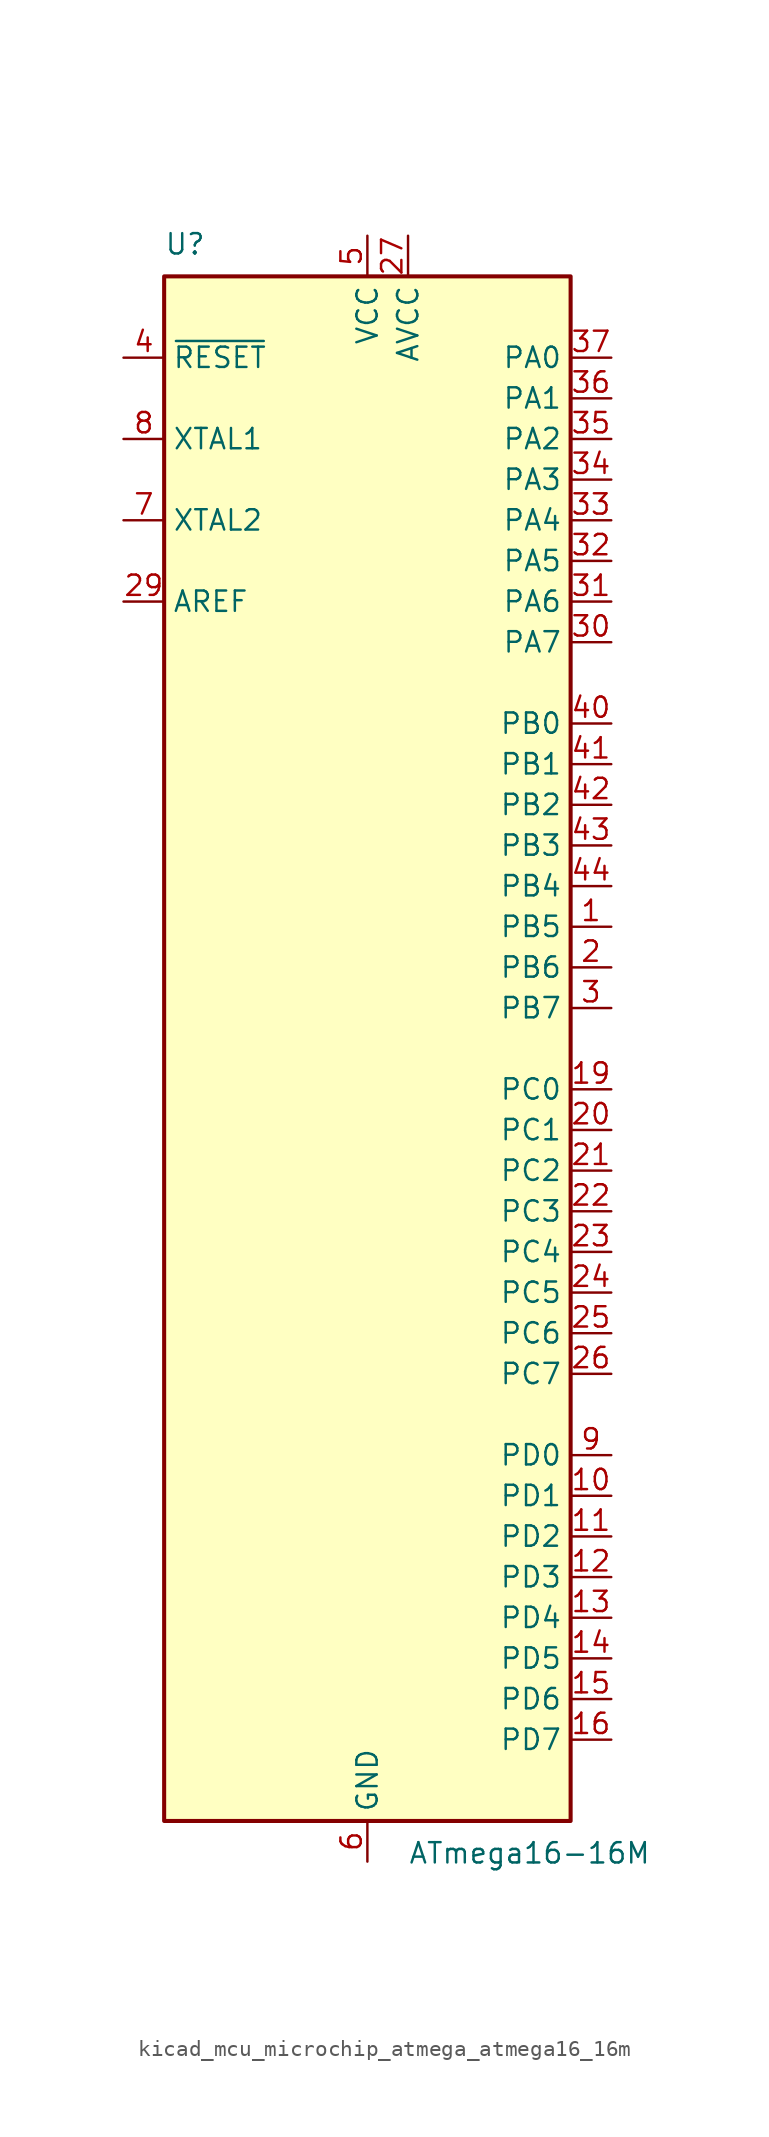
<source format=kicad_sym>
(kicad_symbol_lib
  (version 20220914)
  (generator kicad_symbol_editor)
  (symbol "kicad_mcu_microchip_atmega_atmega16_16m"
    (property "Reference" "U"
      (at -12.7 49.53 0)
      (effects (font (size 1.27 1.27)) (justify left bottom)))
    (property "Value" "ATmega16-16M"
      (at 2.54 -49.53 0)
      (effects (font (size 1.27 1.27)) (justify left top)))
    (symbol "kicad_mcu_microchip_atmega_atmega16_16m_0_1"
      (rectangle (start -12.7 -48.26) (end 12.7 48.26) (stroke (width 0.254) (type default)) (fill (type background))))
    (symbol "kicad_mcu_microchip_atmega_atmega16_16m_1_1"
      (pin bidirectional line (at 15.24 7.62 180) (length 2.54) (name "PB5" (effects (font (size 1.27 1.27)))) (number "1" (effects (font (size 1.27 1.27)))))
      (pin bidirectional line (at 15.24 -27.94 180) (length 2.54) (name "PD1" (effects (font (size 1.27 1.27)))) (number "10" (effects (font (size 1.27 1.27)))))
      (pin bidirectional line (at 15.24 -30.48 180) (length 2.54) (name "PD2" (effects (font (size 1.27 1.27)))) (number "11" (effects (font (size 1.27 1.27)))))
      (pin bidirectional line (at 15.24 -33.02 180) (length 2.54) (name "PD3" (effects (font (size 1.27 1.27)))) (number "12" (effects (font (size 1.27 1.27)))))
      (pin bidirectional line (at 15.24 -35.56 180) (length 2.54) (name "PD4" (effects (font (size 1.27 1.27)))) (number "13" (effects (font (size 1.27 1.27)))))
      (pin bidirectional line (at 15.24 -38.1 180) (length 2.54) (name "PD5" (effects (font (size 1.27 1.27)))) (number "14" (effects (font (size 1.27 1.27)))))
      (pin bidirectional line (at 15.24 -40.64 180) (length 2.54) (name "PD6" (effects (font (size 1.27 1.27)))) (number "15" (effects (font (size 1.27 1.27)))))
      (pin bidirectional line (at 15.24 -43.18 180) (length 2.54) (name "PD7" (effects (font (size 1.27 1.27)))) (number "16" (effects (font (size 1.27 1.27)))))
      (pin passive line (at 0 50.8 270) (length 2.54) hide (name "VCC" (effects (font (size 1.27 1.27)))) (number "17" (effects (font (size 1.27 1.27)))))
      (pin passive line (at 0 -50.8 90) (length 2.54) hide (name "GND" (effects (font (size 1.27 1.27)))) (number "18" (effects (font (size 1.27 1.27)))))
      (pin bidirectional line (at 15.24 -2.54 180) (length 2.54) (name "PC0" (effects (font (size 1.27 1.27)))) (number "19" (effects (font (size 1.27 1.27)))))
      (pin bidirectional line (at 15.24 5.08 180) (length 2.54) (name "PB6" (effects (font (size 1.27 1.27)))) (number "2" (effects (font (size 1.27 1.27)))))
      (pin bidirectional line (at 15.24 -5.08 180) (length 2.54) (name "PC1" (effects (font (size 1.27 1.27)))) (number "20" (effects (font (size 1.27 1.27)))))
      (pin bidirectional line (at 15.24 -7.62 180) (length 2.54) (name "PC2" (effects (font (size 1.27 1.27)))) (number "21" (effects (font (size 1.27 1.27)))))
      (pin bidirectional line (at 15.24 -10.16 180) (length 2.54) (name "PC3" (effects (font (size 1.27 1.27)))) (number "22" (effects (font (size 1.27 1.27)))))
      (pin bidirectional line (at 15.24 -12.7 180) (length 2.54) (name "PC4" (effects (font (size 1.27 1.27)))) (number "23" (effects (font (size 1.27 1.27)))))
      (pin bidirectional line (at 15.24 -15.24 180) (length 2.54) (name "PC5" (effects (font (size 1.27 1.27)))) (number "24" (effects (font (size 1.27 1.27)))))
      (pin bidirectional line (at 15.24 -17.78 180) (length 2.54) (name "PC6" (effects (font (size 1.27 1.27)))) (number "25" (effects (font (size 1.27 1.27)))))
      (pin bidirectional line (at 15.24 -20.32 180) (length 2.54) (name "PC7" (effects (font (size 1.27 1.27)))) (number "26" (effects (font (size 1.27 1.27)))))
      (pin power_in line (at 2.54 50.8 270) (length 2.54) (name "AVCC" (effects (font (size 1.27 1.27)))) (number "27" (effects (font (size 1.27 1.27)))))
      (pin passive line (at 0 -50.8 90) (length 2.54) hide (name "GND" (effects (font (size 1.27 1.27)))) (number "28" (effects (font (size 1.27 1.27)))))
      (pin passive line (at -15.24 27.94 0) (length 2.54) (name "AREF" (effects (font (size 1.27 1.27)))) (number "29" (effects (font (size 1.27 1.27)))))
      (pin bidirectional line (at 15.24 2.54 180) (length 2.54) (name "PB7" (effects (font (size 1.27 1.27)))) (number "3" (effects (font (size 1.27 1.27)))))
      (pin bidirectional line (at 15.24 25.4 180) (length 2.54) (name "PA7" (effects (font (size 1.27 1.27)))) (number "30" (effects (font (size 1.27 1.27)))))
      (pin bidirectional line (at 15.24 27.94 180) (length 2.54) (name "PA6" (effects (font (size 1.27 1.27)))) (number "31" (effects (font (size 1.27 1.27)))))
      (pin bidirectional line (at 15.24 30.48 180) (length 2.54) (name "PA5" (effects (font (size 1.27 1.27)))) (number "32" (effects (font (size 1.27 1.27)))))
      (pin bidirectional line (at 15.24 33.02 180) (length 2.54) (name "PA4" (effects (font (size 1.27 1.27)))) (number "33" (effects (font (size 1.27 1.27)))))
      (pin bidirectional line (at 15.24 35.56 180) (length 2.54) (name "PA3" (effects (font (size 1.27 1.27)))) (number "34" (effects (font (size 1.27 1.27)))))
      (pin bidirectional line (at 15.24 38.1 180) (length 2.54) (name "PA2" (effects (font (size 1.27 1.27)))) (number "35" (effects (font (size 1.27 1.27)))))
      (pin bidirectional line (at 15.24 40.64 180) (length 2.54) (name "PA1" (effects (font (size 1.27 1.27)))) (number "36" (effects (font (size 1.27 1.27)))))
      (pin bidirectional line (at 15.24 43.18 180) (length 2.54) (name "PA0" (effects (font (size 1.27 1.27)))) (number "37" (effects (font (size 1.27 1.27)))))
      (pin passive line (at 0 50.8 270) (length 2.54) hide (name "VCC" (effects (font (size 1.27 1.27)))) (number "38" (effects (font (size 1.27 1.27)))))
      (pin passive line (at 0 -50.8 90) (length 2.54) hide (name "GND" (effects (font (size 1.27 1.27)))) (number "39" (effects (font (size 1.27 1.27)))))
      (pin input line (at -15.24 43.18 0) (length 2.54) (name "~{RESET}" (effects (font (size 1.27 1.27)))) (number "4" (effects (font (size 1.27 1.27)))))
      (pin bidirectional line (at 15.24 20.32 180) (length 2.54) (name "PB0" (effects (font (size 1.27 1.27)))) (number "40" (effects (font (size 1.27 1.27)))))
      (pin bidirectional line (at 15.24 17.78 180) (length 2.54) (name "PB1" (effects (font (size 1.27 1.27)))) (number "41" (effects (font (size 1.27 1.27)))))
      (pin bidirectional line (at 15.24 15.24 180) (length 2.54) (name "PB2" (effects (font (size 1.27 1.27)))) (number "42" (effects (font (size 1.27 1.27)))))
      (pin bidirectional line (at 15.24 12.7 180) (length 2.54) (name "PB3" (effects (font (size 1.27 1.27)))) (number "43" (effects (font (size 1.27 1.27)))))
      (pin bidirectional line (at 15.24 10.16 180) (length 2.54) (name "PB4" (effects (font (size 1.27 1.27)))) (number "44" (effects (font (size 1.27 1.27)))))
      (pin passive line (at 0 -50.8 90) (length 2.54) hide (name "GND" (effects (font (size 1.27 1.27)))) (number "45" (effects (font (size 1.27 1.27)))))
      (pin power_in line (at 0 50.8 270) (length 2.54) (name "VCC" (effects (font (size 1.27 1.27)))) (number "5" (effects (font (size 1.27 1.27)))))
      (pin power_in line (at 0 -50.8 90) (length 2.54) (name "GND" (effects (font (size 1.27 1.27)))) (number "6" (effects (font (size 1.27 1.27)))))
      (pin output line (at -15.24 33.02 0) (length 2.54) (name "XTAL2" (effects (font (size 1.27 1.27)))) (number "7" (effects (font (size 1.27 1.27)))))
      (pin input line (at -15.24 38.1 0) (length 2.54) (name "XTAL1" (effects (font (size 1.27 1.27)))) (number "8" (effects (font (size 1.27 1.27)))))
      (pin bidirectional line (at 15.24 -25.4 180) (length 2.54) (name "PD0" (effects (font (size 1.27 1.27)))) (number "9" (effects (font (size 1.27 1.27))))))))
</source>
